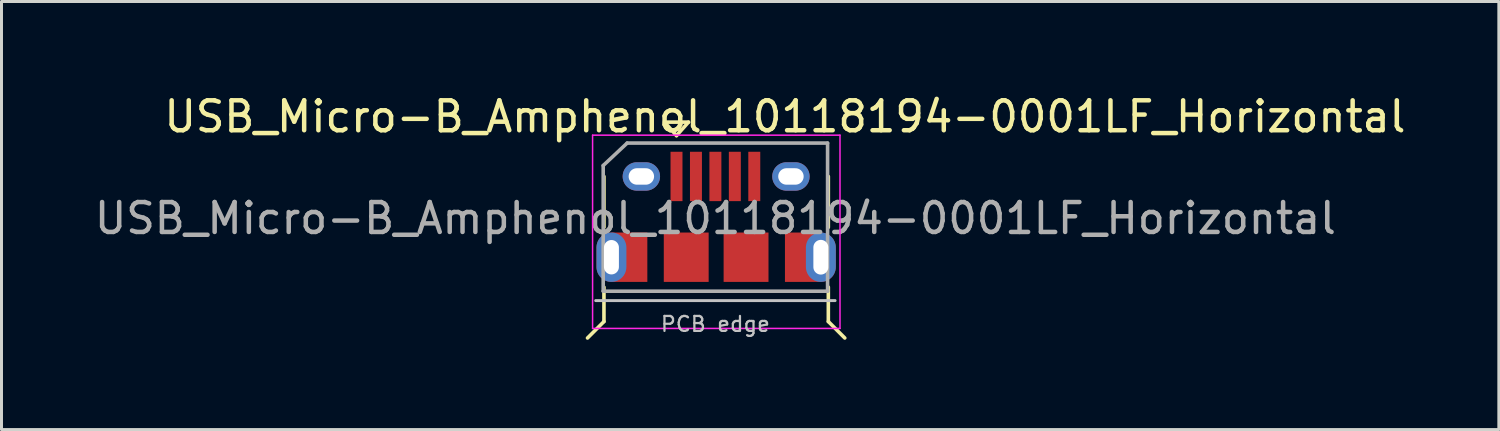
<source format=kicad_pcb>
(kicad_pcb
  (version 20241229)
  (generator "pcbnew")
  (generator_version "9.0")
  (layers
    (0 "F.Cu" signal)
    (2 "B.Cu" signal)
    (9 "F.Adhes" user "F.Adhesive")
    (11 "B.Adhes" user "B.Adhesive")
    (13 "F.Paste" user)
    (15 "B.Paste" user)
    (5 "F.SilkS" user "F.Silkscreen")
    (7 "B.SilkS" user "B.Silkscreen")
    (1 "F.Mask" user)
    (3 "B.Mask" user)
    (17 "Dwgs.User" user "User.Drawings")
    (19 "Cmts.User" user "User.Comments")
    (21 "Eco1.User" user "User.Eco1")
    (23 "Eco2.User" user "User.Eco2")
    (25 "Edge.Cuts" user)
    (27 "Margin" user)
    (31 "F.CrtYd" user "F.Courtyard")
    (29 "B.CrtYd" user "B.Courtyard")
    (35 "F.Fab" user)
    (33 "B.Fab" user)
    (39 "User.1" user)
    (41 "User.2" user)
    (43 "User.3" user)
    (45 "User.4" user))
  (footprint "USB_Micro-B_Amphenol_10118194-0001LF_Horizontal"
    (layer "F.Cu")
    (at 20.888 5.548)
    (property "Reference" "USB_Micro-B_Amphenol_10118194-0001LF_Horizontal" (at 2.3 -4.7 0) (layer "F.SilkS") (effects (font (size 1 1) (thickness 0.15))))
    (attr smd)
    (fp_line (start -4.3 2.7) (end -3.75 2.15) (stroke (width 0.12) (type solid)) (layer "F.SilkS"))
    (fp_line (start -3.75 -1) (end -3.75 -2.7) (stroke (width 0.12) (type solid)) (layer "F.SilkS"))
    (fp_line (start -3.75 2.15) (end -3.75 1) (stroke (width 0.12) (type solid)) (layer "F.SilkS"))
    (fp_line (start -1.725 -4.515) (end -0.925 -4.515) (stroke (width 0.12) (type solid)) (layer "F.SilkS"))
    (fp_line (start -1.325 -4.065) (end -1.725 -4.515) (stroke (width 0.12) (type solid)) (layer "F.SilkS"))
    (fp_line (start -0.925 -4.515) (end -1.325 -4.065) (stroke (width 0.12) (type solid)) (layer "F.SilkS"))
    (fp_line (start 3.75 -1) (end 3.75 -2.7) (stroke (width 0.12) (type solid)) (layer "F.SilkS"))
    (fp_line (start 3.75 2.15) (end 3.75 1) (stroke (width 0.12) (type solid)) (layer "F.SilkS"))
    (fp_line (start 4.3 2.7) (end 3.75 2.15) (stroke (width 0.12) (type solid)) (layer "F.SilkS"))
    (fp_line (start -4.025 1.45) (end 3.975 1.45) (stroke (width 0.1) (type solid)) (layer "Dwgs.User"))
    (fp_line (start -4.13 -4.08) (end -4.13 2.38) (stroke (width 0.05) (type solid)) (layer "F.CrtYd"))
    (fp_line (start -4.13 -4.08) (end 4.14 -4.08) (stroke (width 0.05) (type solid)) (layer "F.CrtYd"))
    (fp_line (start 4.14 2.38) (end -4.13 2.38) (stroke (width 0.05) (type solid)) (layer "F.CrtYd"))
    (fp_line (start 4.14 2.38) (end 4.14 -4.08) (stroke (width 0.05) (type solid)) (layer "F.CrtYd"))
    (fp_line (start -3.775 -3.065) (end -2.975 -3.815) (stroke (width 0.12) (type solid)) (layer "F.Fab"))
    (fp_line (start -3.775 1.135) (end -3.775 -3.065) (stroke (width 0.12) (type solid)) (layer "F.Fab"))
    (fp_line (start -2.975 -3.815) (end 3.725 -3.815) (stroke (width 0.12) (type solid)) (layer "F.Fab"))
    (fp_line (start 3.725 -3.815) (end 3.725 1.135) (stroke (width 0.12) (type solid)) (layer "F.Fab"))
    (fp_line (start 3.725 1.135) (end -3.775 1.135) (stroke (width 0.12) (type solid)) (layer "F.Fab"))
    (fp_text user "PCB edge" (at -0.025 2.235 0) (layer "Dwgs.User") (effects (font (size 0.5 0.5) (thickness 0.075))))
    (fp_text user "${REFERENCE}" (at -0.025 -1.3 0) (layer "F.Fab") (effects (font (size 1 1) (thickness 0.15))))
    (pad "1" smd rect (at -1.325 -2.7 90) (size 1.65 0.4) (layers "F.Cu" "F.Mask" "F.Paste"))
    (pad "2" smd rect (at -0.675 -2.7 90) (size 1.65 0.4) (layers "F.Cu" "F.Mask" "F.Paste"))
    (pad "3" smd rect (at -0.025 -2.7 90) (size 1.65 0.4) (layers "F.Cu" "F.Mask" "F.Paste"))
    (pad "4" smd rect (at 0.625 -2.7 90) (size 1.65 0.4) (layers "F.Cu" "F.Mask" "F.Paste"))
    (pad "5" smd rect (at 1.275 -2.7 90) (size 1.65 0.4) (layers "F.Cu" "F.Mask" "F.Paste"))
    (pad "6" thru_hole oval (at -3.5 0) (size 1 1.65) (drill oval 0.5 1.15) (layers "*.Cu" "*.Mask"))
    (pad "6" smd rect (at -2.9 0) (size 1.2 1.65) (layers "F.Cu" "F.Mask" "F.Paste"))
    (pad "6" thru_hole oval (at -2.5 -2.7) (size 1.25 0.95) (drill oval 0.85 0.55) (layers "*.Cu" "*.Mask"))
    (pad "6" smd rect (at -1 0) (size 1.5 1.65) (layers "F.Cu" "F.Mask" "F.Paste"))
    (pad "6" smd rect (at 1 0) (size 1.5 1.65) (layers "F.Cu" "F.Mask" "F.Paste"))
    (pad "6" thru_hole oval (at 2.5 -2.7) (size 1.25 0.95) (drill oval 0.85 0.55) (layers "*.Cu" "*.Mask"))
    (pad "6" smd rect (at 2.9 0) (size 1.2 1.65) (layers "F.Cu" "F.Mask" "F.Paste"))
    (pad "6" thru_hole oval (at 3.5 0) (size 1 1.65) (drill oval 0.5 1.16) (layers "*.Cu" "*.Mask")))
  (gr_rect
    (start -3 -3)
    (end 47.051 11.308)
    (stroke (width 0.1) (type default))
    (fill no)
    (layer "Edge.Cuts")))
</source>
